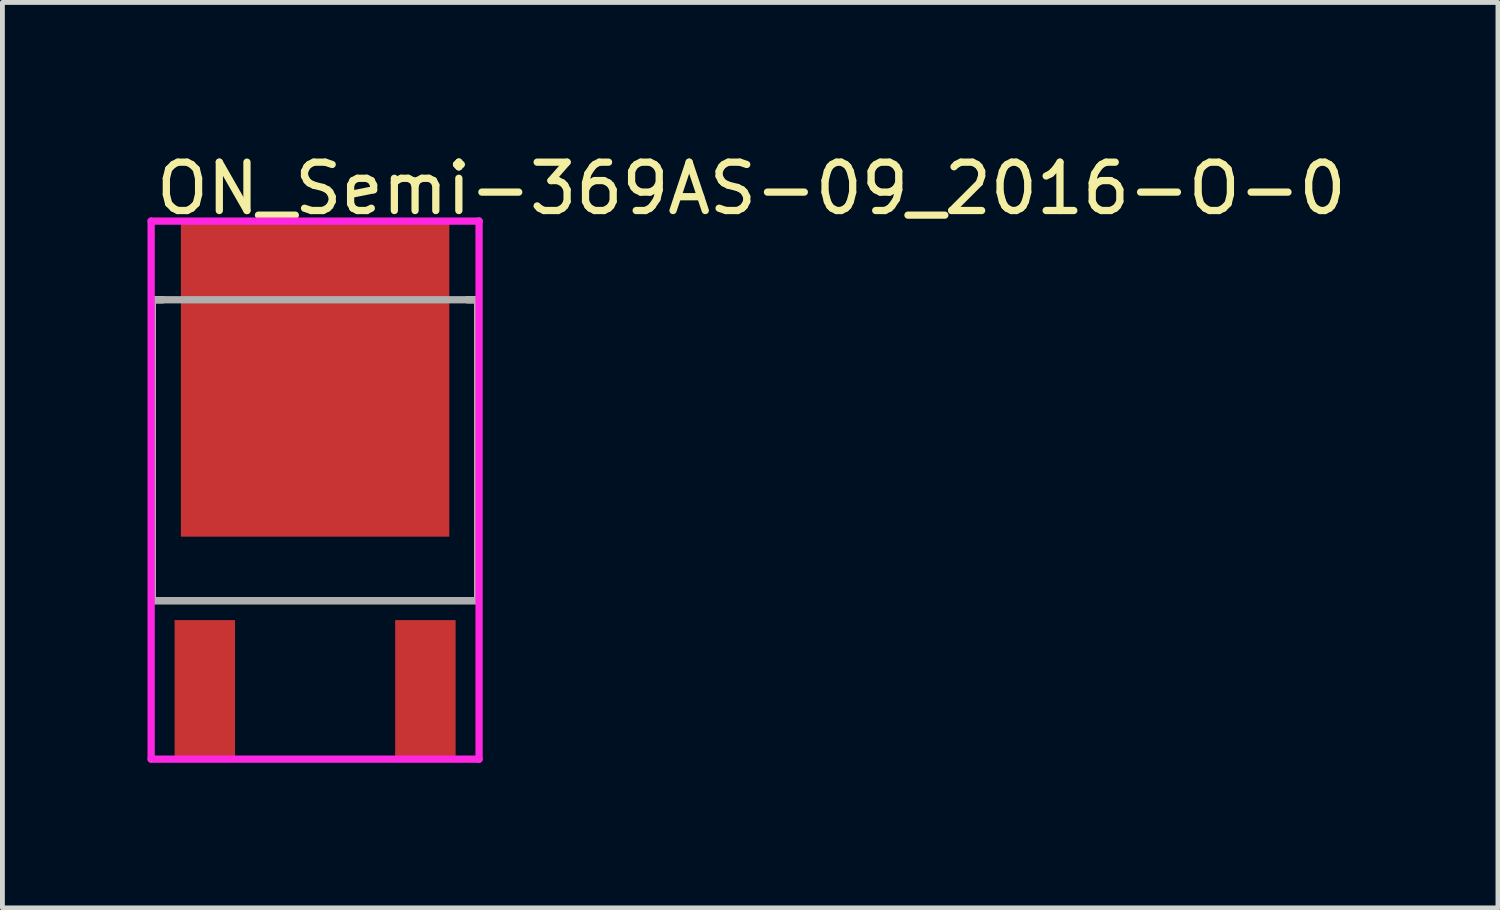
<source format=kicad_pcb>
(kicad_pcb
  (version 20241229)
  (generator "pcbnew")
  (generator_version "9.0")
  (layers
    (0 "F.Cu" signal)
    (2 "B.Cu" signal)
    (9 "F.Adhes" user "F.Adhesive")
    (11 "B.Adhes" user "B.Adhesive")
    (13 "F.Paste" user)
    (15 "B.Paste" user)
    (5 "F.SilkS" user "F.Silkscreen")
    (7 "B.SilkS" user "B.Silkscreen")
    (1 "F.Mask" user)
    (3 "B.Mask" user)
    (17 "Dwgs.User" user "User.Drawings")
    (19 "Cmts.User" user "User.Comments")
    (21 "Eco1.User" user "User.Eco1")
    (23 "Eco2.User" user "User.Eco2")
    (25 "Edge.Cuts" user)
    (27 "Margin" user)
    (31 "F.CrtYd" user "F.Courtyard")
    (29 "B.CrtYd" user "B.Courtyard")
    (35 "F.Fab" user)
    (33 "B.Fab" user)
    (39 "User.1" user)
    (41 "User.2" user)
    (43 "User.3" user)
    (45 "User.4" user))
  (footprint "ON_Semi-369AS-09_2016-O-0"
    (layer "F.Cu")
    (at 3.465 6.258)
    (property "Reference" "ON_Semi-369AS-09_2016-O-0" (at -3.365 -5.41 0) (layer "F.SilkS") (effects (font (size 1 1) (thickness 0.15)) (justify left)))
    (attr through_hole)
    (fp_line (start -3.365 -3.11) (end -3.15 -3.11) (stroke (width 0.15) (type solid)) (layer "F.SilkS"))
    (fp_line (start -3.365 3.11) (end -3.365 -3.11) (stroke (width 0.15) (type solid)) (layer "F.SilkS"))
    (fp_line (start -3.365 3.11) (end 3.365 3.11) (stroke (width 0.15) (type solid)) (layer "F.SilkS"))
    (fp_line (start 3.15 -3.11) (end 3.365 -3.11) (stroke (width 0.15) (type solid)) (layer "F.SilkS"))
    (fp_line (start 3.365 3.11) (end 3.365 -3.11) (stroke (width 0.15) (type solid)) (layer "F.SilkS"))
    (fp_line (start -3.39 -4.737) (end -3.39 6.388) (stroke (width 0.15) (type solid)) (layer "F.CrtYd"))
    (fp_line (start -3.39 6.388) (end 3.39 6.388) (stroke (width 0.15) (type solid)) (layer "F.CrtYd"))
    (fp_line (start 3.39 -4.737) (end -3.39 -4.737) (stroke (width 0.15) (type solid)) (layer "F.CrtYd"))
    (fp_line (start 3.39 -4.737) (end 3.39 -4.737) (stroke (width 0.15) (type solid)) (layer "F.CrtYd"))
    (fp_line (start 3.39 6.388) (end 3.39 -4.737) (stroke (width 0.15) (type solid)) (layer "F.CrtYd"))
    (fp_line (start -3.365 -3.11) (end 3.365 -3.11) (stroke (width 0.15) (type solid)) (layer "F.Fab"))
    (fp_line (start -3.365 3.11) (end -3.365 -3.11) (stroke (width 0.15) (type solid)) (layer "F.Fab"))
    (fp_line (start 3.365 -3.11) (end 3.365 3.11) (stroke (width 0.15) (type solid)) (layer "F.Fab"))
    (fp_line (start 3.365 3.11) (end -3.365 3.11) (stroke (width 0.15) (type solid)) (layer "F.Fab"))
    (pad "1" smd rect (at -2.28 4.938) (size 1.25 2.85) (layers "F.Cu" "F.Mask" "F.Paste"))
    (pad "3" smd rect (at 2.28 4.938) (size 1.25 2.85) (layers "F.Cu" "F.Mask" "F.Paste"))
    (pad "4" smd rect (at 0 -1.462) (size 5.55 6.5) (layers "F.Cu" "F.Mask" "F.Paste")))
  (gr_rect
    (start -3 -3)
    (end 27.921 15.721)
    (stroke (width 0.1) (type default))
    (fill no)
    (layer "Edge.Cuts")))
</source>
